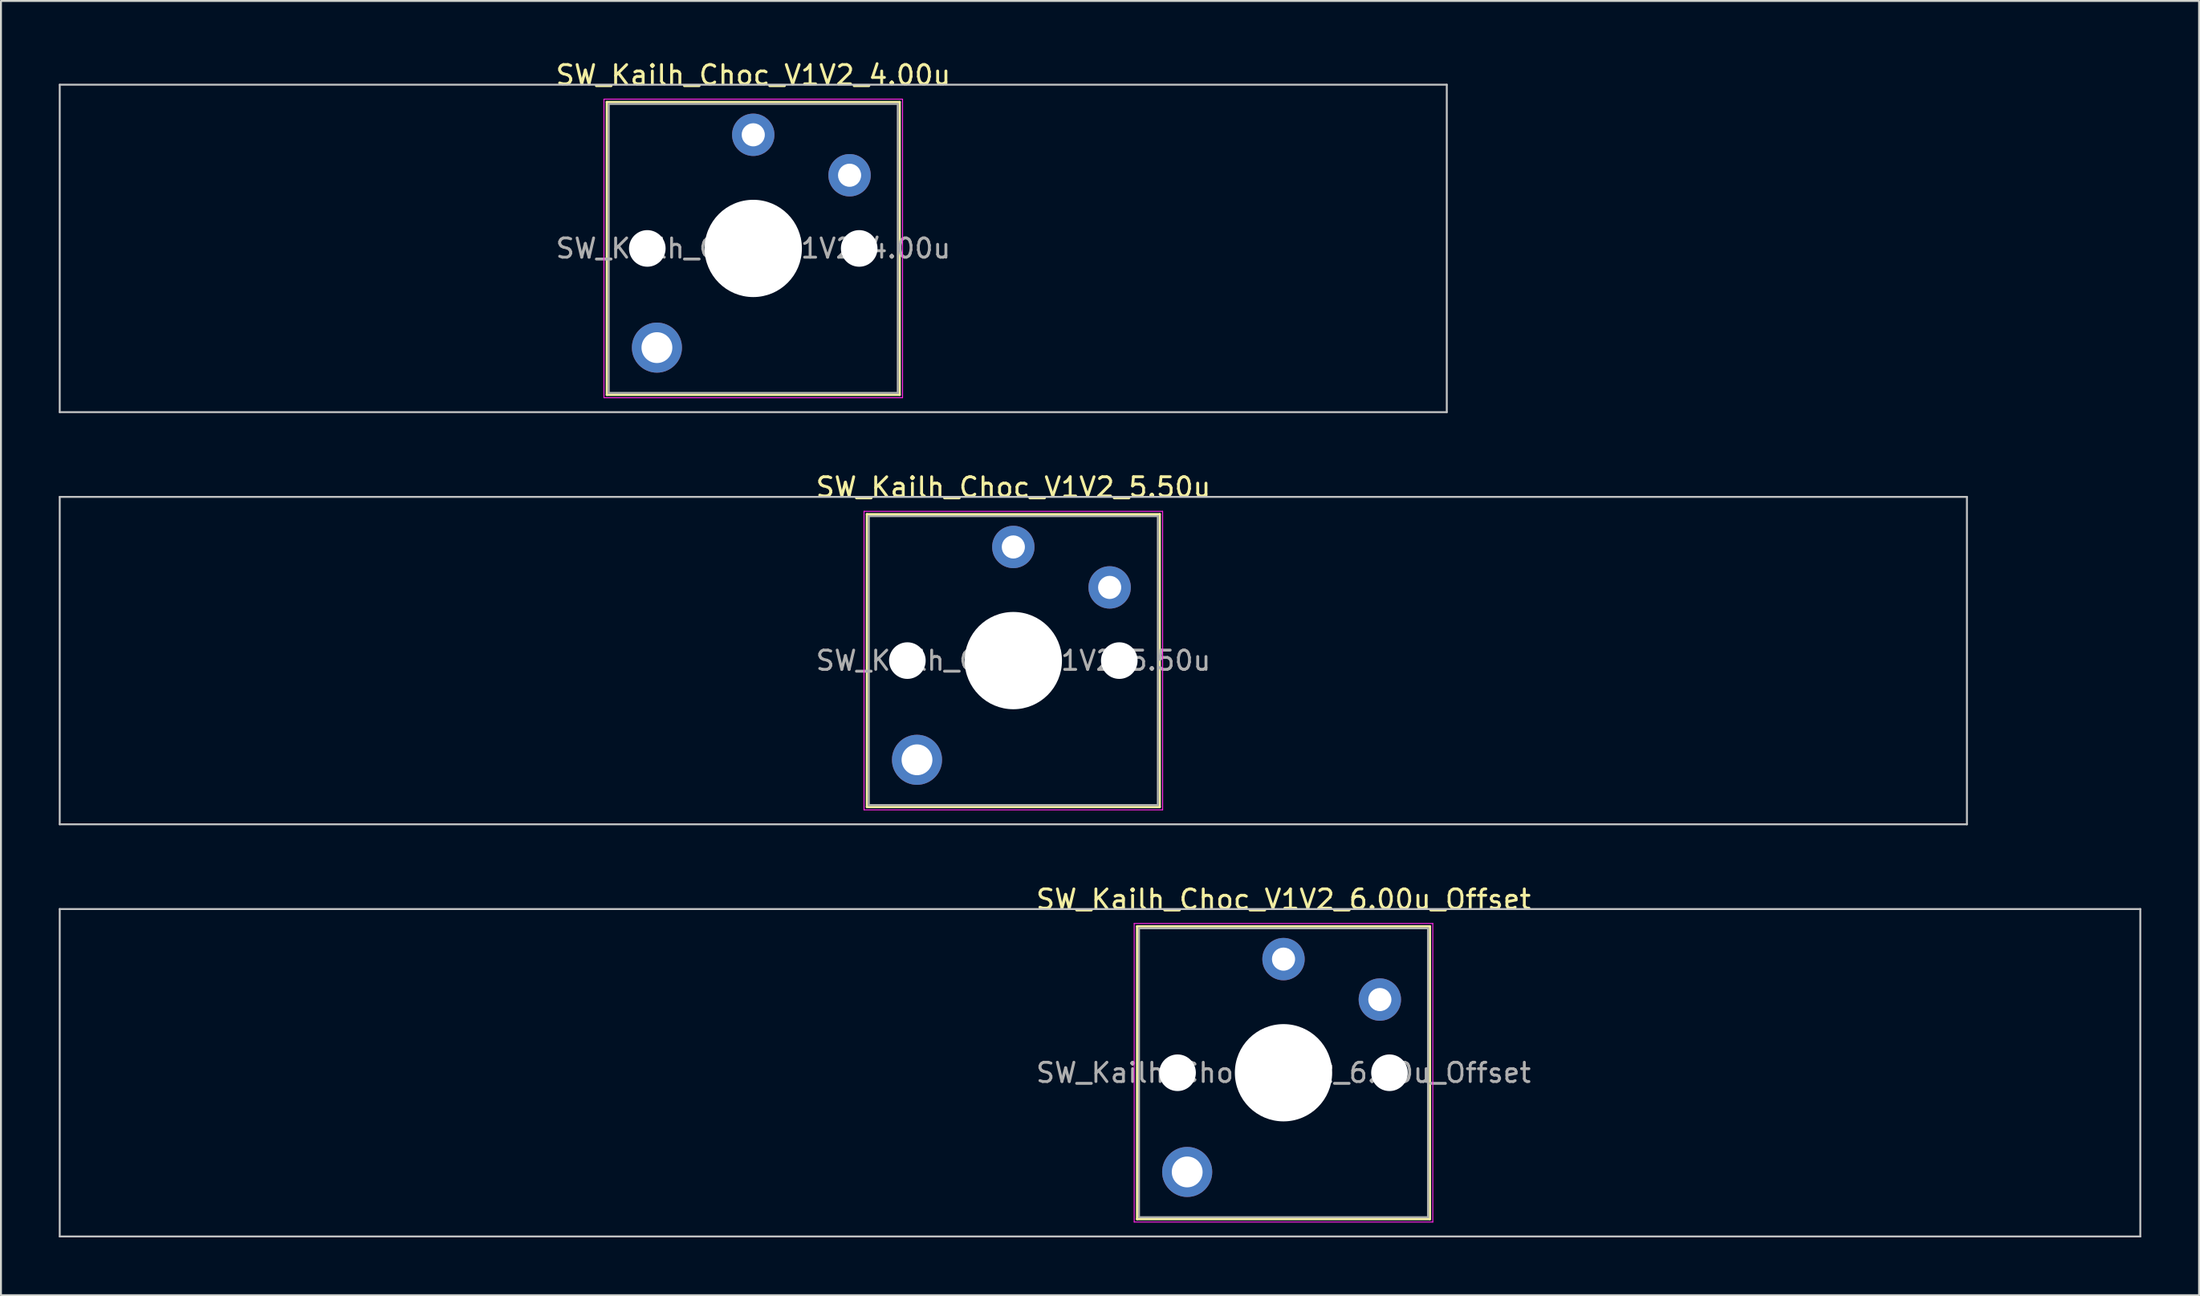
<source format=kicad_pcb>
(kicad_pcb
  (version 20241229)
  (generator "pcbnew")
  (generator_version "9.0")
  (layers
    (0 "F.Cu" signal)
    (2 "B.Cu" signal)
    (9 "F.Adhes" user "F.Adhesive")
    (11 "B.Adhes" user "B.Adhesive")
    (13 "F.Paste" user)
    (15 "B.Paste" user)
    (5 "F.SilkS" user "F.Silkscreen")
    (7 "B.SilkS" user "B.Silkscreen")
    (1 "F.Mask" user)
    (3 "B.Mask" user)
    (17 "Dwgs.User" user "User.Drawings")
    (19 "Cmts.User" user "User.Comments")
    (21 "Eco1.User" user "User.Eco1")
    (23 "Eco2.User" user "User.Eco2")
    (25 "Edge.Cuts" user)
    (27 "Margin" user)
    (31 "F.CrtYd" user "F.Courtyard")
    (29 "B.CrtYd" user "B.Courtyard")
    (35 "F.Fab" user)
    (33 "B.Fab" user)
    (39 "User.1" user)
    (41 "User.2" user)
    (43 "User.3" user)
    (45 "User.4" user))
  (footprint "SW_Kailh_Choc_V1V2_6.00u_Offset"
    (layer "F.Cu")
    (at 63.575 52.645)
    (property "Reference" "SW_Kailh_Choc_V1V2_6.00u_Offset" (at 0 -9 0) (layer "F.SilkS") (effects (font (size 1 1) (thickness 0.15))))
    (attr through_hole)
    (fp_line (start -7.6 -7.6) (end -7.6 7.6) (stroke (width 0.12) (type solid)) (layer "F.SilkS"))
    (fp_line (start -7.6 7.6) (end 7.6 7.6) (stroke (width 0.12) (type solid)) (layer "F.SilkS"))
    (fp_line (start 7.6 -7.6) (end -7.6 -7.6) (stroke (width 0.12) (type solid)) (layer "F.SilkS"))
    (fp_line (start 7.6 7.6) (end 7.6 -7.6) (stroke (width 0.12) (type solid)) (layer "F.SilkS"))
    (fp_line (start -63.525 -8.5) (end -63.525 8.5) (stroke (width 0.1) (type solid)) (layer "Dwgs.User"))
    (fp_line (start -63.525 8.5) (end 44.475 8.5) (stroke (width 0.1) (type solid)) (layer "Dwgs.User"))
    (fp_line (start 44.475 -8.5) (end -63.525 -8.5) (stroke (width 0.1) (type solid)) (layer "Dwgs.User"))
    (fp_line (start 44.475 8.5) (end 44.475 -8.5) (stroke (width 0.1) (type solid)) (layer "Dwgs.User"))
    (fp_line (start -7.25 -7.25) (end -7.25 7.25) (stroke (width 0.1) (type solid)) (layer "Eco1.User"))
    (fp_line (start -7.25 7.25) (end 7.25 7.25) (stroke (width 0.1) (type solid)) (layer "Eco1.User"))
    (fp_line (start 7.25 -7.25) (end -7.25 -7.25) (stroke (width 0.1) (type solid)) (layer "Eco1.User"))
    (fp_line (start 7.25 7.25) (end 7.25 -7.25) (stroke (width 0.1) (type solid)) (layer "Eco1.User"))
    (fp_line (start -7.75 -7.75) (end -7.75 7.75) (stroke (width 0.05) (type solid)) (layer "F.CrtYd"))
    (fp_line (start -7.75 7.75) (end 7.75 7.75) (stroke (width 0.05) (type solid)) (layer "F.CrtYd"))
    (fp_line (start 7.75 -7.75) (end -7.75 -7.75) (stroke (width 0.05) (type solid)) (layer "F.CrtYd"))
    (fp_line (start 7.75 7.75) (end 7.75 -7.75) (stroke (width 0.05) (type solid)) (layer "F.CrtYd"))
    (fp_line (start -7.5 -7.5) (end -7.5 7.5) (stroke (width 0.1) (type solid)) (layer "F.Fab"))
    (fp_line (start -7.5 7.5) (end 7.5 7.5) (stroke (width 0.1) (type solid)) (layer "F.Fab"))
    (fp_line (start 7.5 -7.5) (end -7.5 -7.5) (stroke (width 0.1) (type solid)) (layer "F.Fab"))
    (fp_line (start 7.5 7.5) (end 7.5 -7.5) (stroke (width 0.1) (type solid)) (layer "F.Fab"))
    (fp_text user "${REFERENCE}" (at 0 0 0) (layer "F.Fab") (effects (font (size 1 1) (thickness 0.15))))
    (pad "" np_thru_hole circle (at -5.5 0) (size 1.9 1.9) (drill 1.9) (layers "*.Cu" "*.Mask"))
    (pad "" smd circle (at -5 5.15) (size 1.65 1.65) (layers "F.Mask"))
    (pad "" thru_hole circle (at -5 5.15) (size 2.6 2.6) (drill 1.6) (layers "*.Cu" "B.Mask"))
    (pad "" smd circle (at 0 -5.9) (size 1.25 1.25) (layers "F.Mask"))
    (pad "" np_thru_hole circle (at 0 0) (size 5.05 5.05) (drill 5.05) (layers "*.Cu" "*.Mask"))
    (pad "" smd circle (at 5 -3.8) (size 1.25 1.25) (layers "F.Mask"))
    (pad "" np_thru_hole circle (at 5.5 0) (size 1.9 1.9) (drill 1.9) (layers "*.Cu" "*.Mask"))
    (pad "1" thru_hole circle (at 0 -5.9) (size 2.2 2.2) (drill 1.2) (layers "*.Cu" "B.Mask"))
    (pad "2" thru_hole circle (at 5 -3.8) (size 2.2 2.2) (drill 1.2) (layers "*.Cu" "B.Mask")))
  (footprint "SW_Kailh_Choc_V1V2_5.50u"
    (layer "F.Cu")
    (at 49.55 31.247)
    (property "Reference" "SW_Kailh_Choc_V1V2_5.50u" (at 0 -9 0) (layer "F.SilkS") (effects (font (size 1 1) (thickness 0.15))))
    (attr through_hole)
    (fp_line (start -7.6 -7.6) (end -7.6 7.6) (stroke (width 0.12) (type solid)) (layer "F.SilkS"))
    (fp_line (start -7.6 7.6) (end 7.6 7.6) (stroke (width 0.12) (type solid)) (layer "F.SilkS"))
    (fp_line (start 7.6 -7.6) (end -7.6 -7.6) (stroke (width 0.12) (type solid)) (layer "F.SilkS"))
    (fp_line (start 7.6 7.6) (end 7.6 -7.6) (stroke (width 0.12) (type solid)) (layer "F.SilkS"))
    (fp_line (start -49.5 -8.5) (end -49.5 8.5) (stroke (width 0.1) (type solid)) (layer "Dwgs.User"))
    (fp_line (start -49.5 8.5) (end 49.5 8.5) (stroke (width 0.1) (type solid)) (layer "Dwgs.User"))
    (fp_line (start 49.5 -8.5) (end -49.5 -8.5) (stroke (width 0.1) (type solid)) (layer "Dwgs.User"))
    (fp_line (start 49.5 8.5) (end 49.5 -8.5) (stroke (width 0.1) (type solid)) (layer "Dwgs.User"))
    (fp_line (start -7.25 -7.25) (end -7.25 7.25) (stroke (width 0.1) (type solid)) (layer "Eco1.User"))
    (fp_line (start -7.25 7.25) (end 7.25 7.25) (stroke (width 0.1) (type solid)) (layer "Eco1.User"))
    (fp_line (start 7.25 -7.25) (end -7.25 -7.25) (stroke (width 0.1) (type solid)) (layer "Eco1.User"))
    (fp_line (start 7.25 7.25) (end 7.25 -7.25) (stroke (width 0.1) (type solid)) (layer "Eco1.User"))
    (fp_line (start -7.75 -7.75) (end -7.75 7.75) (stroke (width 0.05) (type solid)) (layer "F.CrtYd"))
    (fp_line (start -7.75 7.75) (end 7.75 7.75) (stroke (width 0.05) (type solid)) (layer "F.CrtYd"))
    (fp_line (start 7.75 -7.75) (end -7.75 -7.75) (stroke (width 0.05) (type solid)) (layer "F.CrtYd"))
    (fp_line (start 7.75 7.75) (end 7.75 -7.75) (stroke (width 0.05) (type solid)) (layer "F.CrtYd"))
    (fp_line (start -7.5 -7.5) (end -7.5 7.5) (stroke (width 0.1) (type solid)) (layer "F.Fab"))
    (fp_line (start -7.5 7.5) (end 7.5 7.5) (stroke (width 0.1) (type solid)) (layer "F.Fab"))
    (fp_line (start 7.5 -7.5) (end -7.5 -7.5) (stroke (width 0.1) (type solid)) (layer "F.Fab"))
    (fp_line (start 7.5 7.5) (end 7.5 -7.5) (stroke (width 0.1) (type solid)) (layer "F.Fab"))
    (fp_text user "${REFERENCE}" (at 0 0 0) (layer "F.Fab") (effects (font (size 1 1) (thickness 0.15))))
    (pad "" np_thru_hole circle (at -5.5 0) (size 1.9 1.9) (drill 1.9) (layers "*.Cu" "*.Mask"))
    (pad "" smd circle (at -5 5.15) (size 1.65 1.65) (layers "F.Mask"))
    (pad "" thru_hole circle (at -5 5.15) (size 2.6 2.6) (drill 1.6) (layers "*.Cu" "B.Mask"))
    (pad "" smd circle (at 0 -5.9) (size 1.25 1.25) (layers "F.Mask"))
    (pad "" np_thru_hole circle (at 0 0) (size 5.05 5.05) (drill 5.05) (layers "*.Cu" "*.Mask"))
    (pad "" smd circle (at 5 -3.8) (size 1.25 1.25) (layers "F.Mask"))
    (pad "" np_thru_hole circle (at 5.5 0) (size 1.9 1.9) (drill 1.9) (layers "*.Cu" "*.Mask"))
    (pad "1" thru_hole circle (at 0 -5.9) (size 2.2 2.2) (drill 1.2) (layers "*.Cu" "B.Mask"))
    (pad "2" thru_hole circle (at 5 -3.8) (size 2.2 2.2) (drill 1.2) (layers "*.Cu" "B.Mask")))
  (footprint "SW_Kailh_Choc_V1V2_4.00u"
    (layer "F.Cu")
    (at 36.05 9.848)
    (property "Reference" "SW_Kailh_Choc_V1V2_4.00u" (at 0 -9 0) (layer "F.SilkS") (effects (font (size 1 1) (thickness 0.15))))
    (attr through_hole)
    (fp_line (start -7.6 -7.6) (end -7.6 7.6) (stroke (width 0.12) (type solid)) (layer "F.SilkS"))
    (fp_line (start -7.6 7.6) (end 7.6 7.6) (stroke (width 0.12) (type solid)) (layer "F.SilkS"))
    (fp_line (start 7.6 -7.6) (end -7.6 -7.6) (stroke (width 0.12) (type solid)) (layer "F.SilkS"))
    (fp_line (start 7.6 7.6) (end 7.6 -7.6) (stroke (width 0.12) (type solid)) (layer "F.SilkS"))
    (fp_line (start -36 -8.5) (end -36 8.5) (stroke (width 0.1) (type solid)) (layer "Dwgs.User"))
    (fp_line (start -36 8.5) (end 36 8.5) (stroke (width 0.1) (type solid)) (layer "Dwgs.User"))
    (fp_line (start 36 -8.5) (end -36 -8.5) (stroke (width 0.1) (type solid)) (layer "Dwgs.User"))
    (fp_line (start 36 8.5) (end 36 -8.5) (stroke (width 0.1) (type solid)) (layer "Dwgs.User"))
    (fp_line (start -7.25 -7.25) (end -7.25 7.25) (stroke (width 0.1) (type solid)) (layer "Eco1.User"))
    (fp_line (start -7.25 7.25) (end 7.25 7.25) (stroke (width 0.1) (type solid)) (layer "Eco1.User"))
    (fp_line (start 7.25 -7.25) (end -7.25 -7.25) (stroke (width 0.1) (type solid)) (layer "Eco1.User"))
    (fp_line (start 7.25 7.25) (end 7.25 -7.25) (stroke (width 0.1) (type solid)) (layer "Eco1.User"))
    (fp_line (start -7.75 -7.75) (end -7.75 7.75) (stroke (width 0.05) (type solid)) (layer "F.CrtYd"))
    (fp_line (start -7.75 7.75) (end 7.75 7.75) (stroke (width 0.05) (type solid)) (layer "F.CrtYd"))
    (fp_line (start 7.75 -7.75) (end -7.75 -7.75) (stroke (width 0.05) (type solid)) (layer "F.CrtYd"))
    (fp_line (start 7.75 7.75) (end 7.75 -7.75) (stroke (width 0.05) (type solid)) (layer "F.CrtYd"))
    (fp_line (start -7.5 -7.5) (end -7.5 7.5) (stroke (width 0.1) (type solid)) (layer "F.Fab"))
    (fp_line (start -7.5 7.5) (end 7.5 7.5) (stroke (width 0.1) (type solid)) (layer "F.Fab"))
    (fp_line (start 7.5 -7.5) (end -7.5 -7.5) (stroke (width 0.1) (type solid)) (layer "F.Fab"))
    (fp_line (start 7.5 7.5) (end 7.5 -7.5) (stroke (width 0.1) (type solid)) (layer "F.Fab"))
    (fp_text user "${REFERENCE}" (at 0 0 0) (layer "F.Fab") (effects (font (size 1 1) (thickness 0.15))))
    (pad "" np_thru_hole circle (at -5.5 0) (size 1.9 1.9) (drill 1.9) (layers "*.Cu" "*.Mask"))
    (pad "" smd circle (at -5 5.15) (size 1.65 1.65) (layers "F.Mask"))
    (pad "" thru_hole circle (at -5 5.15) (size 2.6 2.6) (drill 1.6) (layers "*.Cu" "B.Mask"))
    (pad "" smd circle (at 0 -5.9) (size 1.25 1.25) (layers "F.Mask"))
    (pad "" np_thru_hole circle (at 0 0) (size 5.05 5.05) (drill 5.05) (layers "*.Cu" "*.Mask"))
    (pad "" smd circle (at 5 -3.8) (size 1.25 1.25) (layers "F.Mask"))
    (pad "" np_thru_hole circle (at 5.5 0) (size 1.9 1.9) (drill 1.9) (layers "*.Cu" "*.Mask"))
    (pad "1" thru_hole circle (at 0 -5.9) (size 2.2 2.2) (drill 1.2) (layers "*.Cu" "B.Mask"))
    (pad "2" thru_hole circle (at 5 -3.8) (size 2.2 2.2) (drill 1.2) (layers "*.Cu" "B.Mask")))
  (gr_rect
    (start -3 -3)
    (end 111.1 64.195)
    (stroke (width 0.1) (type default))
    (fill no)
    (layer "Edge.Cuts")))
</source>
